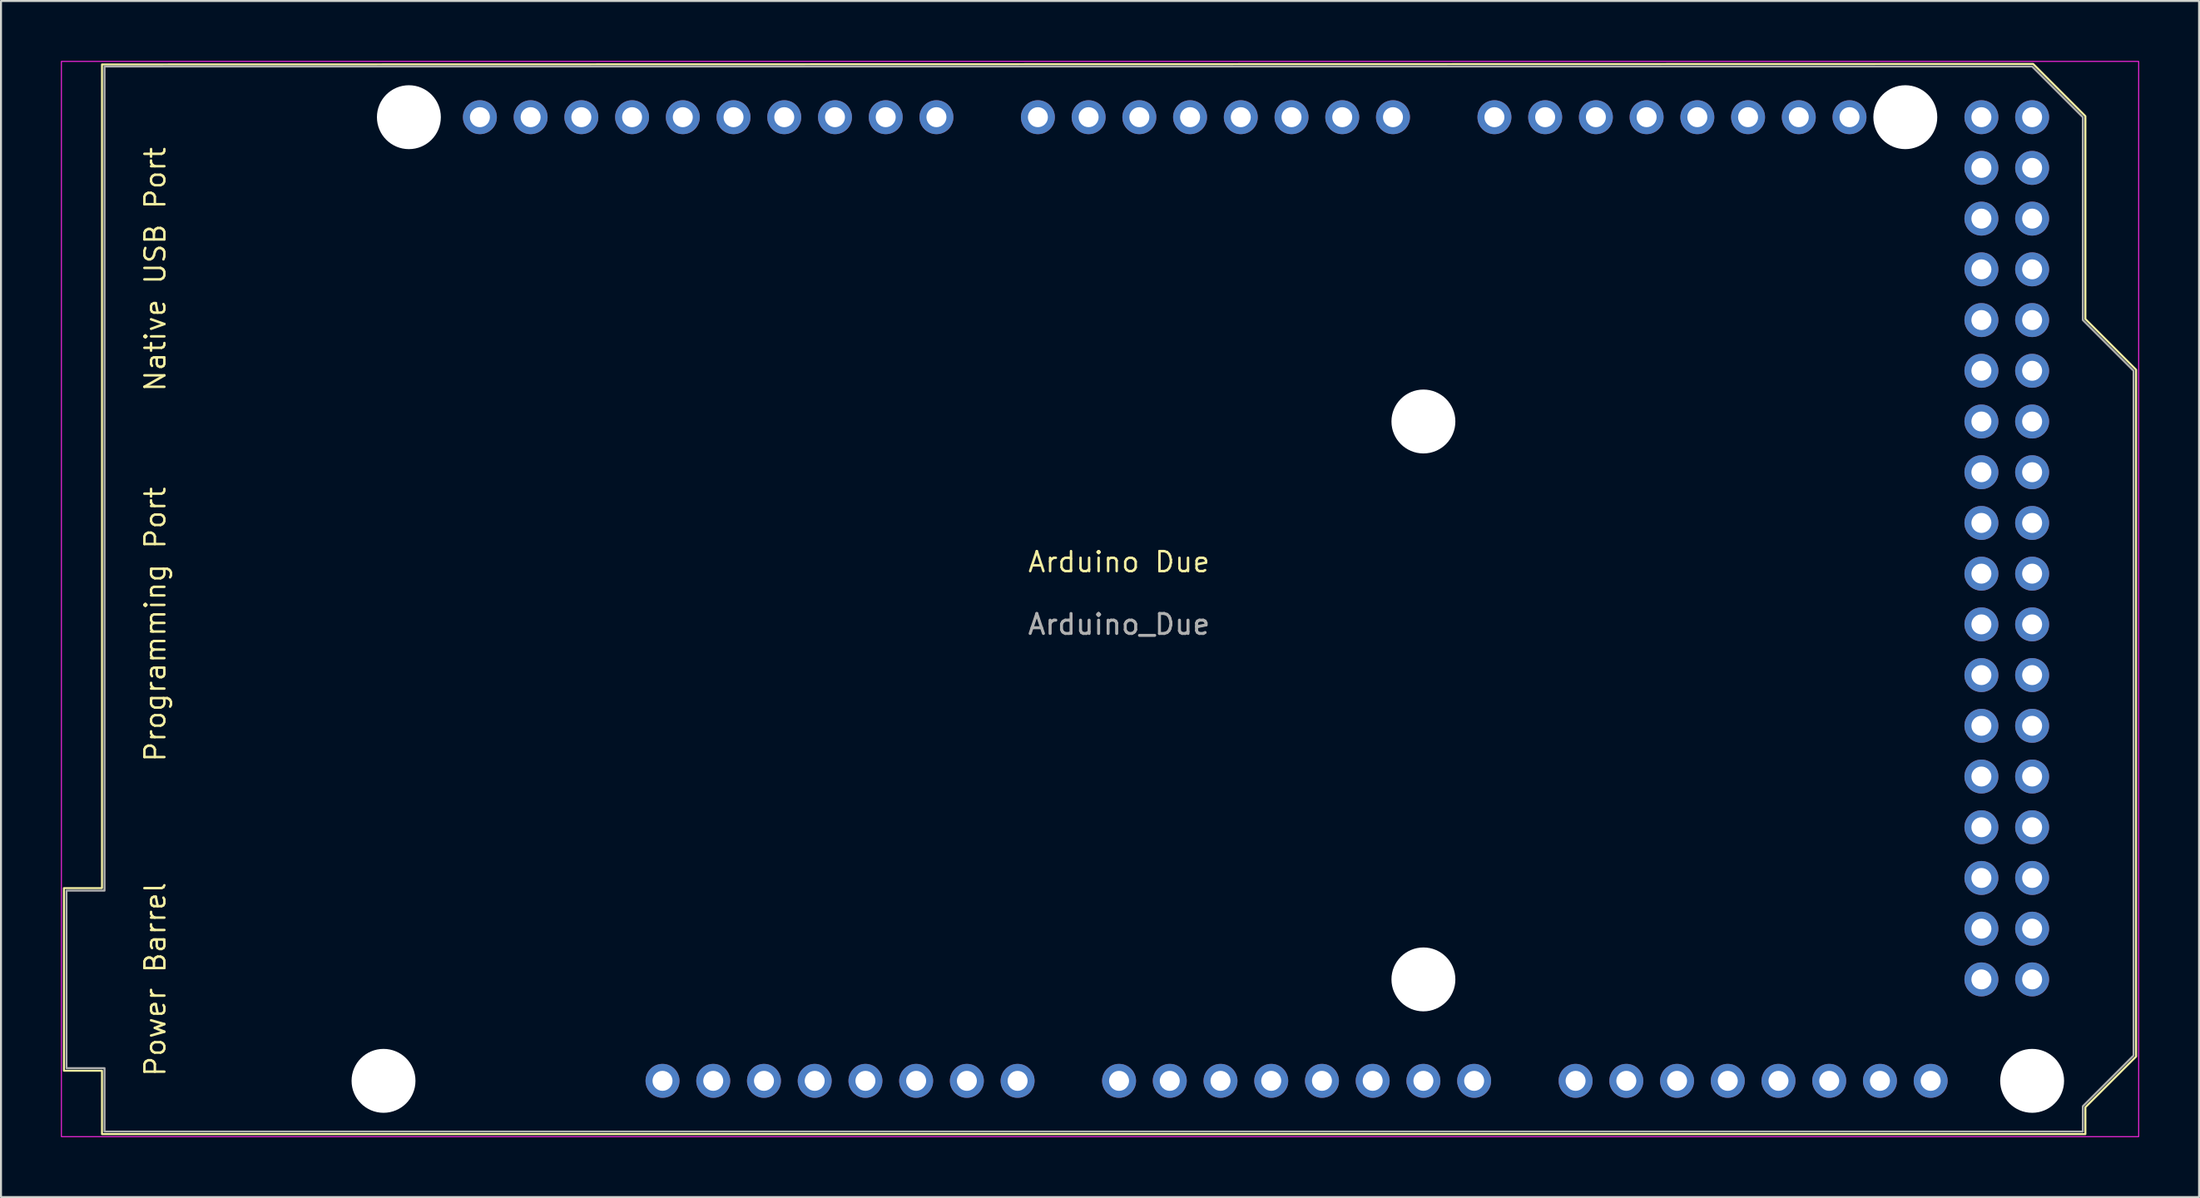
<source format=kicad_pcb>
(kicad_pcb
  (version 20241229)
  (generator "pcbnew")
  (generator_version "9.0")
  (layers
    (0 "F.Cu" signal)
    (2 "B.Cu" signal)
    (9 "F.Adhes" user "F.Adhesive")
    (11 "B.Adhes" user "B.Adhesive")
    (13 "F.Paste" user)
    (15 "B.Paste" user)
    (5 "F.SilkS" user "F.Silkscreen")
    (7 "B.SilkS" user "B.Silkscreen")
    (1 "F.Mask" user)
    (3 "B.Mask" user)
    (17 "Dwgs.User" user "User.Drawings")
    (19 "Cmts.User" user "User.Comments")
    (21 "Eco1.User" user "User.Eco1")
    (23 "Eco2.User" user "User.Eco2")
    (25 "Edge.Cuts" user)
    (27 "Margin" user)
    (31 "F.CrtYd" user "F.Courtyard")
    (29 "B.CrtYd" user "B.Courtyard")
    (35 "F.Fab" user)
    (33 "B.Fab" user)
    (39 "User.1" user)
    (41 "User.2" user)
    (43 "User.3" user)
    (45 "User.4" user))
  (footprint "Arduino_Due"
    (layer "F.Cu")
    (at 2.184 53.619)
    (property "Reference" "Arduino_Due" (at 50.8 -25.4 0) (unlocked yes) (layer "F.SilkS") (effects (font (size 1 1) (thickness 0.1))))
    (attr through_hole)
    (fp_poly (pts (xy -0.127 -12.192) (xy -0.127 -53.442) (xy 96.571 -53.467) (xy 99.187 -50.851) (xy 99.187 -40.691) (xy 101.727 -38.151) (xy 101.727 -3.759) (xy 99.187 -1.219) (xy 99.187 0.127) (xy -0.127 0.127) (xy -0.127 -3.048) (xy -2.032 -3.048) (xy -2.032 -12.192)) (stroke (width 0.1) (type solid)) (fill no) (layer "F.SilkS"))
    (fp_rect (start -2.159 -53.594) (end 101.854 0.254) (stroke (width 0.05) (type default)) (fill no) (layer "F.CrtYd"))
    (fp_poly (pts (xy 0 -12.065) (xy 0 -53.34) (xy 96.52 -53.34) (xy 99.06 -50.8) (xy 99.06 -40.64) (xy 101.6 -38.1) (xy 101.6 -3.81) (xy 99.06 -1.27) (xy 99.06 0) (xy 0 0) (xy 0 -3.175) (xy -1.905 -3.175) (xy -1.905 -12.065)) (stroke (width 0.1) (type solid)) (fill no) (layer "F.Fab"))
    (fp_text user "Power Barrel" (at 2.54 -7.62 90) (unlocked yes) (layer "F.SilkS") (effects (font (size 1 1) (thickness 0.125))))
    (fp_text user "Arduino Due" (at 50.8 -27.94 0) (unlocked yes) (layer "F.SilkS") (effects (font (size 1 1) (thickness 0.125)) (justify bottom)))
    (fp_text user "Native USB Port" (at 2.54 -43.18 90) (unlocked yes) (layer "F.SilkS") (effects (font (size 1 1) (thickness 0.125))))
    (fp_text user "Programming Port" (at 2.54 -25.4 90) (unlocked yes) (layer "F.SilkS") (effects (font (size 1 1) (thickness 0.125))))
    (fp_text user "${REFERENCE}" (at 50.8 -25.4 0) (unlocked yes) (layer "F.Fab") (effects (font (size 1 1) (thickness 0.15))))
    (pad "" np_thru_hole circle (at 13.97 -2.54) (size 3.2 3.2) (drill 3.2) (layers "*.Cu" "*.Mask"))
    (pad "" np_thru_hole circle (at 15.24 -50.8) (size 3.2 3.2) (drill 3.2) (layers "*.Cu" "*.Mask"))
    (pad "" np_thru_hole circle (at 66.04 -35.56) (size 3.2 3.2) (drill 3.2) (layers "*.Cu" "*.Mask"))
    (pad "" np_thru_hole circle (at 66.04 -7.62) (size 3.2 3.2) (drill 3.2) (layers "*.Cu" "*.Mask"))
    (pad "" np_thru_hole circle (at 90.17 -50.8) (size 3.2 3.2) (drill 3.2) (layers "*.Cu" "*.Mask"))
    (pad "" np_thru_hole circle (at 96.52 -2.54) (size 3.2 3.2) (drill 3.2) (layers "*.Cu" "*.Mask"))
    (pad "1" thru_hole circle (at 27.94 -2.54) (size 1.7 1.7) (drill 1) (layers "*.Cu" "*.Mask"))
    (pad "2" thru_hole circle (at 30.48 -2.54) (size 1.7 1.7) (drill 1) (layers "*.Cu" "*.Mask"))
    (pad "3" thru_hole circle (at 33.02 -2.54) (size 1.7 1.7) (drill 1) (layers "*.Cu" "*.Mask"))
    (pad "4" thru_hole circle (at 35.56 -2.54) (size 1.7 1.7) (drill 1) (layers "*.Cu" "*.Mask"))
    (pad "5" thru_hole circle (at 38.1 -2.54) (size 1.7 1.7) (drill 1) (layers "*.Cu" "*.Mask"))
    (pad "6" thru_hole circle (at 40.64 -2.54) (size 1.7 1.7) (drill 1) (layers "*.Cu" "*.Mask"))
    (pad "7" thru_hole circle (at 43.18 -2.54) (size 1.7 1.7) (drill 1) (layers "*.Cu" "*.Mask"))
    (pad "8" thru_hole circle (at 45.72 -2.54) (size 1.7 1.7) (drill 1) (layers "*.Cu" "*.Mask"))
    (pad "9" thru_hole circle (at 50.8 -2.54) (size 1.7 1.7) (drill 1) (layers "*.Cu" "*.Mask"))
    (pad "10" thru_hole circle (at 53.34 -2.54) (size 1.7 1.7) (drill 1) (layers "*.Cu" "*.Mask"))
    (pad "11" thru_hole circle (at 55.88 -2.54) (size 1.7 1.7) (drill 1) (layers "*.Cu" "*.Mask"))
    (pad "12" thru_hole circle (at 58.42 -2.54) (size 1.7 1.7) (drill 1) (layers "*.Cu" "*.Mask"))
    (pad "13" thru_hole circle (at 60.96 -2.54) (size 1.7 1.7) (drill 1) (layers "*.Cu" "*.Mask"))
    (pad "14" thru_hole circle (at 63.5 -2.54) (size 1.7 1.7) (drill 1) (layers "*.Cu" "*.Mask"))
    (pad "15" thru_hole circle (at 66.04 -2.54) (size 1.7 1.7) (drill 1) (layers "*.Cu" "*.Mask"))
    (pad "16" thru_hole circle (at 68.58 -2.54) (size 1.7 1.7) (drill 1) (layers "*.Cu" "*.Mask"))
    (pad "17" thru_hole circle (at 73.66 -2.54) (size 1.7 1.7) (drill 1) (layers "*.Cu" "*.Mask"))
    (pad "18" thru_hole circle (at 76.2 -2.54) (size 1.7 1.7) (drill 1) (layers "*.Cu" "*.Mask"))
    (pad "19" thru_hole circle (at 78.74 -2.54) (size 1.7 1.7) (drill 1) (layers "*.Cu" "*.Mask"))
    (pad "20" thru_hole circle (at 81.28 -2.54) (size 1.7 1.7) (drill 1) (layers "*.Cu" "*.Mask"))
    (pad "21" thru_hole circle (at 83.82 -2.54) (size 1.7 1.7) (drill 1) (layers "*.Cu" "*.Mask"))
    (pad "22" thru_hole circle (at 86.36 -2.54) (size 1.7 1.7) (drill 1) (layers "*.Cu" "*.Mask"))
    (pad "23" thru_hole circle (at 88.9 -2.54) (size 1.7 1.7) (drill 1) (layers "*.Cu" "*.Mask"))
    (pad "24" thru_hole circle (at 91.44 -2.54) (size 1.7 1.7) (drill 1) (layers "*.Cu" "*.Mask"))
    (pad "25" thru_hole circle (at 18.796 -50.8) (size 1.7 1.7) (drill 1) (layers "*.Cu" "*.Mask"))
    (pad "26" thru_hole circle (at 21.336 -50.8) (size 1.7 1.7) (drill 1) (layers "*.Cu" "*.Mask"))
    (pad "27" thru_hole circle (at 23.876 -50.8) (size 1.7 1.7) (drill 1) (layers "*.Cu" "*.Mask"))
    (pad "28" thru_hole circle (at 26.416 -50.8) (size 1.7 1.7) (drill 1) (layers "*.Cu" "*.Mask"))
    (pad "29" thru_hole circle (at 28.956 -50.8) (size 1.7 1.7) (drill 1) (layers "*.Cu" "*.Mask"))
    (pad "30" thru_hole circle (at 31.496 -50.8) (size 1.7 1.7) (drill 1) (layers "*.Cu" "*.Mask"))
    (pad "31" thru_hole circle (at 34.036 -50.8) (size 1.7 1.7) (drill 1) (layers "*.Cu" "*.Mask"))
    (pad "32" thru_hole circle (at 36.576 -50.8) (size 1.7 1.7) (drill 1) (layers "*.Cu" "*.Mask"))
    (pad "33" thru_hole circle (at 39.116 -50.8) (size 1.7 1.7) (drill 1) (layers "*.Cu" "*.Mask"))
    (pad "34" thru_hole circle (at 41.656 -50.8) (size 1.7 1.7) (drill 1) (layers "*.Cu" "*.Mask"))
    (pad "35" thru_hole circle (at 46.736 -50.8) (size 1.7 1.7) (drill 1) (layers "*.Cu" "*.Mask"))
    (pad "36" thru_hole circle (at 49.276 -50.8) (size 1.7 1.7) (drill 1) (layers "*.Cu" "*.Mask"))
    (pad "37" thru_hole circle (at 51.816 -50.8) (size 1.7 1.7) (drill 1) (layers "*.Cu" "*.Mask"))
    (pad "38" thru_hole circle (at 54.356 -50.8) (size 1.7 1.7) (drill 1) (layers "*.Cu" "*.Mask"))
    (pad "39" thru_hole circle (at 56.896 -50.8) (size 1.7 1.7) (drill 1) (layers "*.Cu" "*.Mask"))
    (pad "40" thru_hole circle (at 59.436 -50.8) (size 1.7 1.7) (drill 1) (layers "*.Cu" "*.Mask"))
    (pad "41" thru_hole circle (at 61.976 -50.8) (size 1.7 1.7) (drill 1) (layers "*.Cu" "*.Mask"))
    (pad "42" thru_hole circle (at 64.516 -50.8) (size 1.7 1.7) (drill 1) (layers "*.Cu" "*.Mask"))
    (pad "43" thru_hole circle (at 69.596 -50.8) (size 1.7 1.7) (drill 1) (layers "*.Cu" "*.Mask"))
    (pad "44" thru_hole circle (at 72.136 -50.8) (size 1.7 1.7) (drill 1) (layers "*.Cu" "*.Mask"))
    (pad "45" thru_hole circle (at 74.676 -50.8) (size 1.7 1.7) (drill 1) (layers "*.Cu" "*.Mask"))
    (pad "46" thru_hole circle (at 77.216 -50.8) (size 1.7 1.7) (drill 1) (layers "*.Cu" "*.Mask"))
    (pad "47" thru_hole circle (at 79.756 -50.8) (size 1.7 1.7) (drill 1) (layers "*.Cu" "*.Mask"))
    (pad "48" thru_hole circle (at 82.296 -50.8) (size 1.7 1.7) (drill 1) (layers "*.Cu" "*.Mask"))
    (pad "49" thru_hole circle (at 84.836 -50.8) (size 1.7 1.7) (drill 1) (layers "*.Cu" "*.Mask"))
    (pad "50" thru_hole circle (at 87.376 -50.8) (size 1.7 1.7) (drill 1) (layers "*.Cu" "*.Mask"))
    (pad "51" thru_hole circle (at 93.98 -50.8) (size 1.7 1.7) (drill 1) (layers "*.Cu" "*.Mask"))
    (pad "52" thru_hole circle (at 93.98 -48.26) (size 1.7 1.7) (drill 1) (layers "*.Cu" "*.Mask"))
    (pad "53" thru_hole circle (at 93.98 -45.72) (size 1.7 1.7) (drill 1) (layers "*.Cu" "*.Mask"))
    (pad "54" thru_hole circle (at 93.98 -43.18) (size 1.7 1.7) (drill 1) (layers "*.Cu" "*.Mask"))
    (pad "55" thru_hole circle (at 93.98 -40.64) (size 1.7 1.7) (drill 1) (layers "*.Cu" "*.Mask"))
    (pad "56" thru_hole circle (at 93.98 -38.1) (size 1.7 1.7) (drill 1) (layers "*.Cu" "*.Mask"))
    (pad "57" thru_hole circle (at 93.98 -35.56) (size 1.7 1.7) (drill 1) (layers "*.Cu" "*.Mask"))
    (pad "58" thru_hole circle (at 93.98 -33.02) (size 1.7 1.7) (drill 1) (layers "*.Cu" "*.Mask"))
    (pad "59" thru_hole circle (at 93.98 -30.48) (size 1.7 1.7) (drill 1) (layers "*.Cu" "*.Mask"))
    (pad "60" thru_hole circle (at 93.98 -27.94) (size 1.7 1.7) (drill 1) (layers "*.Cu" "*.Mask"))
    (pad "61" thru_hole circle (at 93.98 -25.4) (size 1.7 1.7) (drill 1) (layers "*.Cu" "*.Mask"))
    (pad "62" thru_hole circle (at 93.98 -22.86) (size 1.7 1.7) (drill 1) (layers "*.Cu" "*.Mask"))
    (pad "63" thru_hole circle (at 93.98 -20.32) (size 1.7 1.7) (drill 1) (layers "*.Cu" "*.Mask"))
    (pad "64" thru_hole circle (at 93.98 -17.78) (size 1.7 1.7) (drill 1) (layers "*.Cu" "*.Mask"))
    (pad "65" thru_hole circle (at 93.98 -15.24) (size 1.7 1.7) (drill 1) (layers "*.Cu" "*.Mask"))
    (pad "66" thru_hole circle (at 93.98 -12.7) (size 1.7 1.7) (drill 1) (layers "*.Cu" "*.Mask"))
    (pad "67" thru_hole circle (at 93.98 -10.16) (size 1.7 1.7) (drill 1) (layers "*.Cu" "*.Mask"))
    (pad "68" thru_hole circle (at 93.98 -7.62) (size 1.7 1.7) (drill 1) (layers "*.Cu" "*.Mask"))
    (pad "69" thru_hole circle (at 96.52 -50.8) (size 1.7 1.7) (drill 1) (layers "*.Cu" "*.Mask"))
    (pad "70" thru_hole circle (at 96.52 -48.26) (size 1.7 1.7) (drill 1) (layers "*.Cu" "*.Mask"))
    (pad "71" thru_hole circle (at 96.52 -45.72) (size 1.7 1.7) (drill 1) (layers "*.Cu" "*.Mask"))
    (pad "72" thru_hole circle (at 96.52 -43.18) (size 1.7 1.7) (drill 1) (layers "*.Cu" "*.Mask"))
    (pad "73" thru_hole circle (at 96.52 -40.64) (size 1.7 1.7) (drill 1) (layers "*.Cu" "*.Mask"))
    (pad "74" thru_hole circle (at 96.52 -38.1) (size 1.7 1.7) (drill 1) (layers "*.Cu" "*.Mask"))
    (pad "75" thru_hole circle (at 96.52 -35.56) (size 1.7 1.7) (drill 1) (layers "*.Cu" "*.Mask"))
    (pad "76" thru_hole circle (at 96.52 -33.02) (size 1.7 1.7) (drill 1) (layers "*.Cu" "*.Mask"))
    (pad "77" thru_hole circle (at 96.52 -30.48) (size 1.7 1.7) (drill 1) (layers "*.Cu" "*.Mask"))
    (pad "78" thru_hole circle (at 96.52 -27.94) (size 1.7 1.7) (drill 1) (layers "*.Cu" "*.Mask"))
    (pad "79" thru_hole circle (at 96.52 -25.4) (size 1.7 1.7) (drill 1) (layers "*.Cu" "*.Mask"))
    (pad "80" thru_hole circle (at 96.52 -22.86) (size 1.7 1.7) (drill 1) (layers "*.Cu" "*.Mask"))
    (pad "81" thru_hole circle (at 96.52 -20.32) (size 1.7 1.7) (drill 1) (layers "*.Cu" "*.Mask"))
    (pad "82" thru_hole circle (at 96.52 -17.78) (size 1.7 1.7) (drill 1) (layers "*.Cu" "*.Mask"))
    (pad "83" thru_hole circle (at 96.52 -15.24) (size 1.7 1.7) (drill 1) (layers "*.Cu" "*.Mask"))
    (pad "84" thru_hole circle (at 96.52 -12.7) (size 1.7 1.7) (drill 1) (layers "*.Cu" "*.Mask"))
    (pad "85" thru_hole circle (at 96.52 -10.16) (size 1.7 1.7) (drill 1) (layers "*.Cu" "*.Mask"))
    (pad "86" thru_hole circle (at 96.52 -7.62) (size 1.7 1.7) (drill 1) (layers "*.Cu" "*.Mask")))
  (gr_rect
    (start -3 -3)
    (end 107.063 56.898)
    (stroke (width 0.1) (type default))
    (fill no)
    (layer "Edge.Cuts")))
</source>
